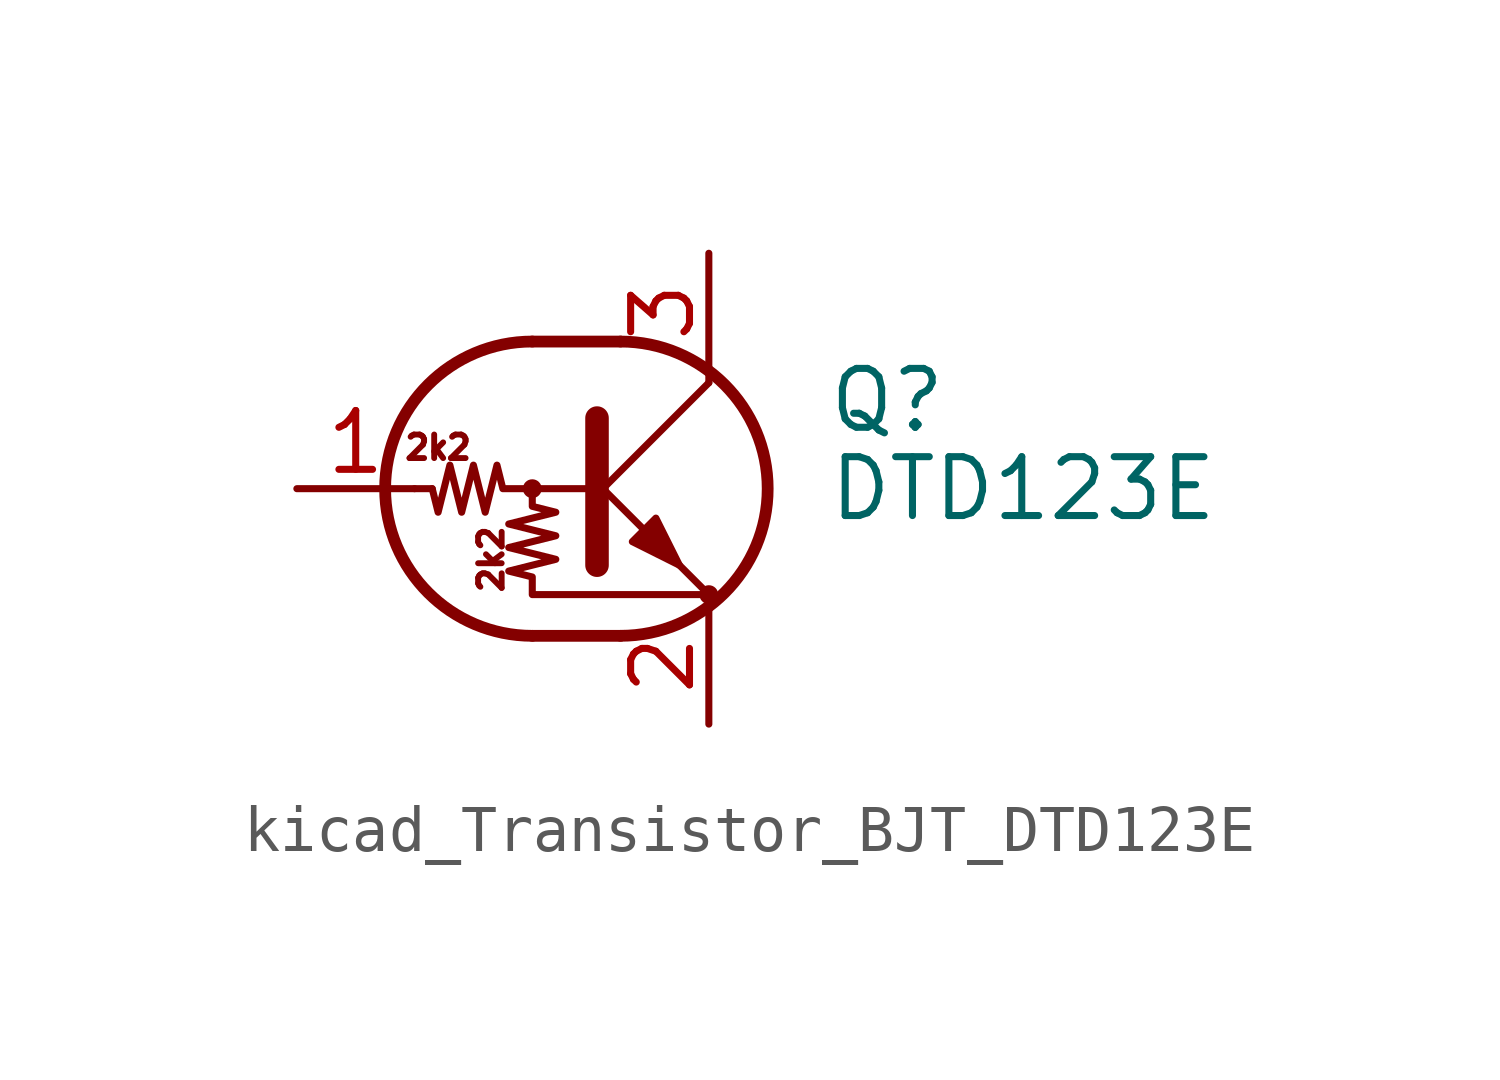
<source format=kicad_sym>
(kicad_symbol_lib
  (version 20220914)
  (generator kicad_symbol_editor)
  (symbol "kicad_Transistor_BJT_DTD123E"
    (pin_names
      (offset 0) hide)
    (property "Reference" "Q"
      (at 5.08 1.905 0)
      (effects (font (size 1.27 1.27)) (justify left)))
    (property "Value" "DTD123E"
      (at 5.08 0 0)
      (effects (font (size 1.27 1.27)) (justify left)))
    (symbol "kicad_Transistor_BJT_DTD123E_0_0"
      (text "2k2" (at -3.302 0.889 0) (effects (font (size 0.508 0.508))))
      (text "2k2" (at -2.159 -1.524 900) (effects (font (size 0.508 0.508)))))
    (symbol "kicad_Transistor_BJT_DTD123E_0_1"
      (circle (center -1.27 0) (radius 0.127) (stroke (width 0) (type default)) (fill (type none)))
      (arc (start -1.27 3.175) (mid -4.4312 0) (end -1.27 -3.175) (stroke (width 0.254) (type default)) (fill (type none)))
      (polyline (pts (xy -3.429 0) (xy -3.81 0)) (stroke (width 0) (type default)) (fill (type none)))
      (polyline (pts (xy -1.27 -3.175) (xy 0.635 -3.175)) (stroke (width 0.254) (type default)) (fill (type none)))
      (polyline (pts (xy -1.27 3.175) (xy 0.635 3.175)) (stroke (width 0.254) (type default)) (fill (type none)))
      (polyline (pts (xy 0 -0.254) (xy 2.54 2.286)) (stroke (width 0) (type default)) (fill (type none)))
      (polyline (pts (xy 0.127 1.524) (xy 0.127 -1.651)) (stroke (width 0.508) (type default)) (fill (type outline)))
      (polyline (pts (xy 2.54 2.286) (xy 2.54 2.54)) (stroke (width 0) (type default)) (fill (type none)))
      (polyline (pts (xy 2.54 -2.286) (xy 0 0.254) (xy 0 0.254)) (stroke (width 0) (type default)) (fill (type none)))
      (polyline (pts (xy 0.889 -1.143) (xy 1.397 -0.635) (xy 1.905 -1.651) (xy 0.889 -1.143)) (stroke (width 0) (type default)) (fill (type outline)))
      (polyline (pts (xy 0 0) (xy -1.905 0) (xy -2.032 0.508) (xy -2.286 -0.508) (xy -2.54 0.508) (xy -2.794 -0.508) (xy -3.048 0.508) (xy -3.302 -0.508) (xy -3.429 0)) (stroke (width 0) (type default)) (fill (type none)))
      (polyline (pts (xy -1.27 0) (xy -1.27 -0.381) (xy -0.762 -0.508) (xy -1.778 -0.762) (xy -0.762 -1.016) (xy -1.778 -1.27) (xy -0.762 -1.524) (xy -1.778 -1.778) (xy -1.27 -1.905) (xy -1.27 -2.286) (xy 2.54 -2.286)) (stroke (width 0) (type default)) (fill (type none)))
      (arc (start 0.635 -3.175) (mid 3.7962 0) (end 0.635 3.175) (stroke (width 0.254) (type default)) (fill (type none)))
      (circle (center 2.54 -2.286) (radius 0.127) (stroke (width 0) (type default)) (fill (type none))))
    (symbol "kicad_Transistor_BJT_DTD123E_1_1"
      (pin input line (at -6.35 0 0) (length 2.54) (name "B" (effects (font (size 1.27 1.27)))) (number "1" (effects (font (size 1.27 1.27)))))
      (pin passive line (at 2.54 -5.08 90) (length 2.54) (name "E" (effects (font (size 1.27 1.27)))) (number "2" (effects (font (size 1.27 1.27)))))
      (pin passive line (at 2.54 5.08 270) (length 2.54) (name "C" (effects (font (size 1.27 1.27)))) (number "3" (effects (font (size 1.27 1.27))))))))
</source>
